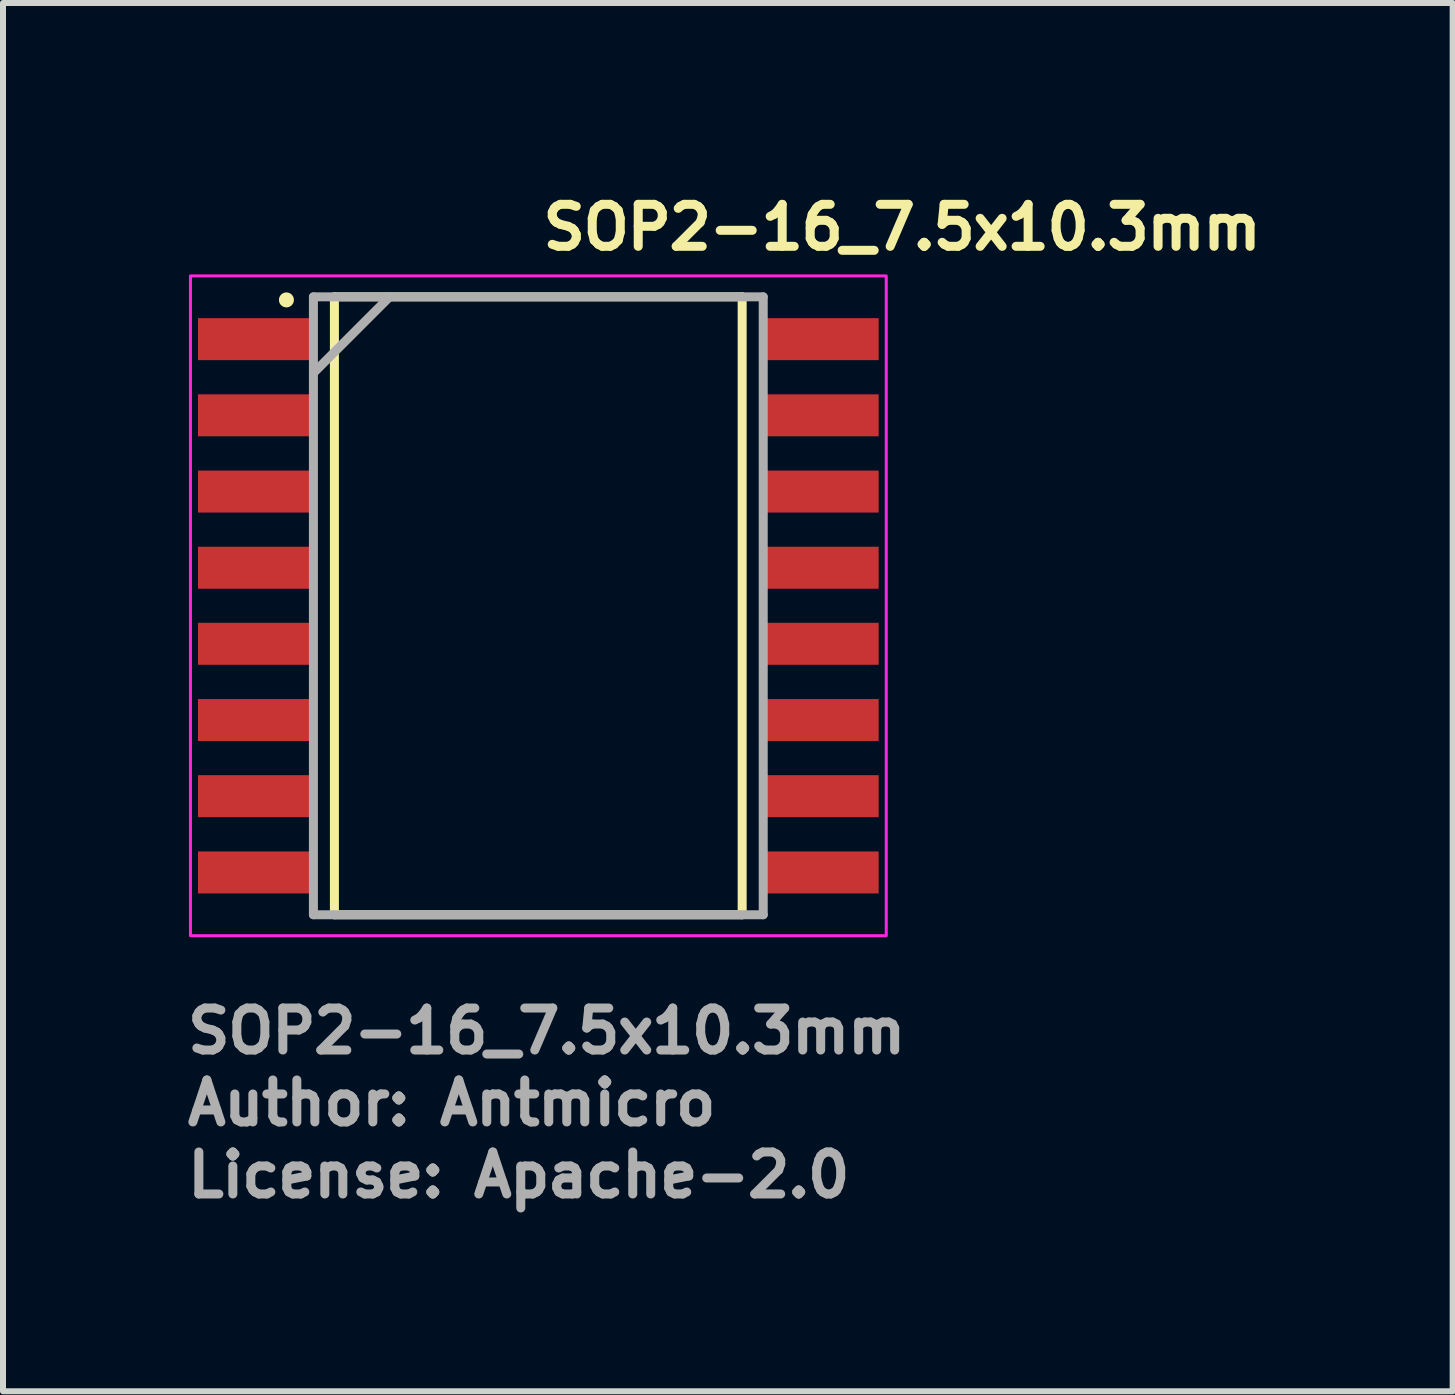
<source format=kicad_pcb>
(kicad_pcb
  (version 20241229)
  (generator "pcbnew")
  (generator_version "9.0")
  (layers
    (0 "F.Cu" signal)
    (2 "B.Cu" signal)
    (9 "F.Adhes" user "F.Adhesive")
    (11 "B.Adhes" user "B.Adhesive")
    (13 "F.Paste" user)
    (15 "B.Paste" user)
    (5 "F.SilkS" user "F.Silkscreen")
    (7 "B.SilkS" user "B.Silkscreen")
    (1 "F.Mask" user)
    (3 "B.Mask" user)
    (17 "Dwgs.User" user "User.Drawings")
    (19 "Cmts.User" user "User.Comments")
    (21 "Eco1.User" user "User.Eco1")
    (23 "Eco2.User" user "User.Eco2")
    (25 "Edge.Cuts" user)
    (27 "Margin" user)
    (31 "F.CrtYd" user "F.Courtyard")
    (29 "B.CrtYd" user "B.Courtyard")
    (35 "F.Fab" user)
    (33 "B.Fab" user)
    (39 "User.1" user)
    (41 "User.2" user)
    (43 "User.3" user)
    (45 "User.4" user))
  (footprint "SOP2-16_7.5x10.3mm"
    (layer "F.Cu")
    (at 5.925 7.05)
    (property "Reference" "SOP2-16_7.5x10.3mm" (at 0 -5.9 0) (layer "F.SilkS") (effects (font (size 0.7 0.7) (thickness 0.15)) (justify left bottom)))
    (attr smd)
    (fp_line (start -3.4 -5.151) (end 3.398 -5.151) (stroke (width 0.15) (type solid)) (layer "F.SilkS"))
    (fp_line (start -3.4 5.15) (end -3.4 -5.151) (stroke (width 0.15) (type solid)) (layer "F.SilkS"))
    (fp_line (start 3.398 -5.151) (end 3.398 5.15) (stroke (width 0.15) (type solid)) (layer "F.SilkS"))
    (fp_line (start 3.398 5.15) (end -3.4 5.15) (stroke (width 0.15) (type solid)) (layer "F.SilkS"))
    (fp_circle (center -4.2 -5.1) (end -4.15 -5.1) (stroke (width 0.15) (type solid)) (fill yes) (layer "F.SilkS"))
    (fp_rect (start -5.8 -5.5) (end 5.8 5.5) (stroke (width 0.05) (type solid)) (fill no) (layer "F.CrtYd"))
    (fp_line (start -3.75 -5.151) (end 3.749 -5.151) (stroke (width 0.15) (type solid)) (layer "F.Fab"))
    (fp_line (start -3.75 -3.88) (end -2.48 -5.151) (stroke (width 0.15) (type solid)) (layer "F.Fab"))
    (fp_line (start -3.75 5.15) (end -3.75 -5.151) (stroke (width 0.15) (type solid)) (layer "F.Fab"))
    (fp_line (start 3.749 -5.151) (end 3.749 5.15) (stroke (width 0.15) (type solid)) (layer "F.Fab"))
    (fp_line (start 3.749 5.15) (end -3.75 5.15) (stroke (width 0.15) (type solid)) (layer "F.Fab"))
    (fp_rect (start -5.164 -5.151) (end 5.161 5.15) (stroke (width 0.1) (type solid)) (fill no) (layer "User.5"))
    (fp_line (start -5.164 -4.656) (end -4.92 -4.656) (stroke (width 0.02) (type solid)) (layer "User.9"))
    (fp_line (start -5.164 -4.236) (end -5.164 -4.656) (stroke (width 0.02) (type solid)) (layer "User.9"))
    (fp_line (start -5.164 -4.236) (end -4.92 -4.236) (stroke (width 0.02) (type solid)) (layer "User.9"))
    (fp_line (start -5.164 -3.386) (end -4.92 -3.386) (stroke (width 0.02) (type solid)) (layer "User.9"))
    (fp_line (start -5.164 -2.965) (end -5.164 -3.386) (stroke (width 0.02) (type solid)) (layer "User.9"))
    (fp_line (start -5.164 -2.965) (end -4.92 -2.965) (stroke (width 0.02) (type solid)) (layer "User.9"))
    (fp_line (start -5.164 -2.117) (end -4.92 -2.117) (stroke (width 0.02) (type solid)) (layer "User.9"))
    (fp_line (start -5.164 -1.696) (end -5.164 -2.117) (stroke (width 0.02) (type solid)) (layer "User.9"))
    (fp_line (start -5.164 -1.696) (end -4.92 -1.696) (stroke (width 0.02) (type solid)) (layer "User.9"))
    (fp_line (start -5.164 -0.845) (end -4.92 -0.845) (stroke (width 0.02) (type solid)) (layer "User.9"))
    (fp_line (start -5.164 -0.425) (end -5.164 -0.845) (stroke (width 0.02) (type solid)) (layer "User.9"))
    (fp_line (start -5.164 -0.425) (end -4.92 -0.425) (stroke (width 0.02) (type solid)) (layer "User.9"))
    (fp_line (start -5.164 0.423) (end -4.92 0.423) (stroke (width 0.02) (type solid)) (layer "User.9"))
    (fp_line (start -5.164 0.843) (end -5.164 0.423) (stroke (width 0.02) (type solid)) (layer "User.9"))
    (fp_line (start -5.164 0.843) (end -4.92 0.843) (stroke (width 0.02) (type solid)) (layer "User.9"))
    (fp_line (start -5.164 1.695) (end -4.92 1.695) (stroke (width 0.02) (type solid)) (layer "User.9"))
    (fp_line (start -5.164 2.115) (end -5.164 1.695) (stroke (width 0.02) (type solid)) (layer "User.9"))
    (fp_line (start -5.164 2.115) (end -4.92 2.115) (stroke (width 0.02) (type solid)) (layer "User.9"))
    (fp_line (start -5.164 2.963) (end -4.92 2.963) (stroke (width 0.02) (type solid)) (layer "User.9"))
    (fp_line (start -5.164 3.383) (end -5.164 2.963) (stroke (width 0.02) (type solid)) (layer "User.9"))
    (fp_line (start -5.164 3.383) (end -4.92 3.383) (stroke (width 0.02) (type solid)) (layer "User.9"))
    (fp_line (start -5.164 4.235) (end -4.92 4.235) (stroke (width 0.02) (type solid)) (layer "User.9"))
    (fp_line (start -5.164 4.655) (end -5.164 4.235) (stroke (width 0.02) (type solid)) (layer "User.9"))
    (fp_line (start -5.164 4.655) (end -4.92 4.655) (stroke (width 0.02) (type solid)) (layer "User.9"))
    (fp_line (start -4.92 -4.656) (end -4.835 -4.656) (stroke (width 0.02) (type solid)) (layer "User.9"))
    (fp_line (start -4.92 -4.236) (end -4.835 -4.236) (stroke (width 0.02) (type solid)) (layer "User.9"))
    (fp_line (start -4.92 -3.386) (end -4.835 -3.386) (stroke (width 0.02) (type solid)) (layer "User.9"))
    (fp_line (start -4.92 -2.965) (end -4.835 -2.965) (stroke (width 0.02) (type solid)) (layer "User.9"))
    (fp_line (start -4.92 -2.117) (end -4.835 -2.117) (stroke (width 0.02) (type solid)) (layer "User.9"))
    (fp_line (start -4.92 -1.696) (end -4.835 -1.696) (stroke (width 0.02) (type solid)) (layer "User.9"))
    (fp_line (start -4.92 -0.845) (end -4.835 -0.845) (stroke (width 0.02) (type solid)) (layer "User.9"))
    (fp_line (start -4.92 -0.425) (end -4.835 -0.425) (stroke (width 0.02) (type solid)) (layer "User.9"))
    (fp_line (start -4.92 0.423) (end -4.835 0.423) (stroke (width 0.02) (type solid)) (layer "User.9"))
    (fp_line (start -4.92 0.843) (end -4.835 0.843) (stroke (width 0.02) (type solid)) (layer "User.9"))
    (fp_line (start -4.92 1.695) (end -4.835 1.695) (stroke (width 0.02) (type solid)) (layer "User.9"))
    (fp_line (start -4.92 2.115) (end -4.835 2.115) (stroke (width 0.02) (type solid)) (layer "User.9"))
    (fp_line (start -4.92 2.963) (end -4.835 2.963) (stroke (width 0.02) (type solid)) (layer "User.9"))
    (fp_line (start -4.92 3.383) (end -4.835 3.383) (stroke (width 0.02) (type solid)) (layer "User.9"))
    (fp_line (start -4.92 4.235) (end -4.835 4.235) (stroke (width 0.02) (type solid)) (layer "User.9"))
    (fp_line (start -4.92 4.655) (end -4.835 4.655) (stroke (width 0.02) (type solid)) (layer "User.9"))
    (fp_line (start -4.835 -4.656) (end -3.95 -4.656) (stroke (width 0.02) (type solid)) (layer "User.9"))
    (fp_line (start -4.835 -4.236) (end -3.95 -4.236) (stroke (width 0.02) (type solid)) (layer "User.9"))
    (fp_line (start -4.835 -3.386) (end -3.95 -3.386) (stroke (width 0.02) (type solid)) (layer "User.9"))
    (fp_line (start -4.835 -2.965) (end -3.95 -2.965) (stroke (width 0.02) (type solid)) (layer "User.9"))
    (fp_line (start -4.835 -2.117) (end -3.95 -2.117) (stroke (width 0.02) (type solid)) (layer "User.9"))
    (fp_line (start -4.835 -1.696) (end -3.95 -1.696) (stroke (width 0.02) (type solid)) (layer "User.9"))
    (fp_line (start -4.835 -0.845) (end -3.95 -0.845) (stroke (width 0.02) (type solid)) (layer "User.9"))
    (fp_line (start -4.835 -0.425) (end -3.95 -0.425) (stroke (width 0.02) (type solid)) (layer "User.9"))
    (fp_line (start -4.835 0.423) (end -3.95 0.423) (stroke (width 0.02) (type solid)) (layer "User.9"))
    (fp_line (start -4.835 0.843) (end -3.95 0.843) (stroke (width 0.02) (type solid)) (layer "User.9"))
    (fp_line (start -4.835 1.695) (end -3.95 1.695) (stroke (width 0.02) (type solid)) (layer "User.9"))
    (fp_line (start -4.835 2.115) (end -3.95 2.115) (stroke (width 0.02) (type solid)) (layer "User.9"))
    (fp_line (start -4.835 2.963) (end -3.95 2.963) (stroke (width 0.02) (type solid)) (layer "User.9"))
    (fp_line (start -4.835 3.383) (end -3.95 3.383) (stroke (width 0.02) (type solid)) (layer "User.9"))
    (fp_line (start -4.835 4.235) (end -3.95 4.235) (stroke (width 0.02) (type solid)) (layer "User.9"))
    (fp_line (start -4.835 4.655) (end -3.95 4.655) (stroke (width 0.02) (type solid)) (layer "User.9"))
    (fp_line (start -3.95 -4.656) (end -3.866 -4.656) (stroke (width 0.02) (type solid)) (layer "User.9"))
    (fp_line (start -3.95 -4.236) (end -3.866 -4.236) (stroke (width 0.02) (type solid)) (layer "User.9"))
    (fp_line (start -3.95 -3.386) (end -3.866 -3.386) (stroke (width 0.02) (type solid)) (layer "User.9"))
    (fp_line (start -3.95 -2.965) (end -3.866 -2.965) (stroke (width 0.02) (type solid)) (layer "User.9"))
    (fp_line (start -3.95 -2.117) (end -3.866 -2.117) (stroke (width 0.02) (type solid)) (layer "User.9"))
    (fp_line (start -3.95 -1.696) (end -3.866 -1.696) (stroke (width 0.02) (type solid)) (layer "User.9"))
    (fp_line (start -3.95 -0.845) (end -3.866 -0.845) (stroke (width 0.02) (type solid)) (layer "User.9"))
    (fp_line (start -3.95 -0.425) (end -3.866 -0.425) (stroke (width 0.02) (type solid)) (layer "User.9"))
    (fp_line (start -3.95 0.423) (end -3.866 0.423) (stroke (width 0.02) (type solid)) (layer "User.9"))
    (fp_line (start -3.95 0.843) (end -3.866 0.843) (stroke (width 0.02) (type solid)) (layer "User.9"))
    (fp_line (start -3.95 1.695) (end -3.866 1.695) (stroke (width 0.02) (type solid)) (layer "User.9"))
    (fp_line (start -3.95 2.115) (end -3.866 2.115) (stroke (width 0.02) (type solid)) (layer "User.9"))
    (fp_line (start -3.95 2.963) (end -3.866 2.963) (stroke (width 0.02) (type solid)) (layer "User.9"))
    (fp_line (start -3.95 3.383) (end -3.866 3.383) (stroke (width 0.02) (type solid)) (layer "User.9"))
    (fp_line (start -3.95 4.235) (end -3.866 4.235) (stroke (width 0.02) (type solid)) (layer "User.9"))
    (fp_line (start -3.95 4.655) (end -3.866 4.655) (stroke (width 0.02) (type solid)) (layer "User.9"))
    (fp_line (start -3.866 -4.656) (end -3.75 -4.656) (stroke (width 0.02) (type solid)) (layer "User.9"))
    (fp_line (start -3.866 -4.236) (end -3.75 -4.236) (stroke (width 0.02) (type solid)) (layer "User.9"))
    (fp_line (start -3.866 -3.386) (end -3.75 -3.386) (stroke (width 0.02) (type solid)) (layer "User.9"))
    (fp_line (start -3.866 -2.965) (end -3.75 -2.965) (stroke (width 0.02) (type solid)) (layer "User.9"))
    (fp_line (start -3.866 -2.117) (end -3.75 -2.117) (stroke (width 0.02) (type solid)) (layer "User.9"))
    (fp_line (start -3.866 -1.696) (end -3.75 -1.696) (stroke (width 0.02) (type solid)) (layer "User.9"))
    (fp_line (start -3.866 -0.845) (end -3.75 -0.845) (stroke (width 0.02) (type solid)) (layer "User.9"))
    (fp_line (start -3.866 -0.425) (end -3.75 -0.425) (stroke (width 0.02) (type solid)) (layer "User.9"))
    (fp_line (start -3.866 0.423) (end -3.75 0.423) (stroke (width 0.02) (type solid)) (layer "User.9"))
    (fp_line (start -3.866 0.843) (end -3.75 0.843) (stroke (width 0.02) (type solid)) (layer "User.9"))
    (fp_line (start -3.866 1.695) (end -3.75 1.695) (stroke (width 0.02) (type solid)) (layer "User.9"))
    (fp_line (start -3.866 2.115) (end -3.75 2.115) (stroke (width 0.02) (type solid)) (layer "User.9"))
    (fp_line (start -3.866 2.963) (end -3.75 2.963) (stroke (width 0.02) (type solid)) (layer "User.9"))
    (fp_line (start -3.866 3.383) (end -3.75 3.383) (stroke (width 0.02) (type solid)) (layer "User.9"))
    (fp_line (start -3.866 4.235) (end -3.75 4.235) (stroke (width 0.02) (type solid)) (layer "User.9"))
    (fp_line (start -3.866 4.655) (end -3.75 4.655) (stroke (width 0.02) (type solid)) (layer "User.9"))
    (fp_line (start -3.75 -5.151) (end -3.576 -4.976) (stroke (width 0.02) (type solid)) (layer "User.9"))
    (fp_line (start -3.75 -5.151) (end 3.749 -5.151) (stroke (width 0.02) (type solid)) (layer "User.9"))
    (fp_line (start -3.75 -4.236) (end -3.75 -4.656) (stroke (width 0.02) (type solid)) (layer "User.9"))
    (fp_line (start -3.75 -2.965) (end -3.75 -3.386) (stroke (width 0.02) (type solid)) (layer "User.9"))
    (fp_line (start -3.75 -1.696) (end -3.75 -2.117) (stroke (width 0.02) (type solid)) (layer "User.9"))
    (fp_line (start -3.75 -0.425) (end -3.75 -0.845) (stroke (width 0.02) (type solid)) (layer "User.9"))
    (fp_line (start -3.75 0.843) (end -3.75 0.423) (stroke (width 0.02) (type solid)) (layer "User.9"))
    (fp_line (start -3.75 2.115) (end -3.75 1.695) (stroke (width 0.02) (type solid)) (layer "User.9"))
    (fp_line (start -3.75 3.383) (end -3.75 2.963) (stroke (width 0.02) (type solid)) (layer "User.9"))
    (fp_line (start -3.75 4.655) (end -3.75 4.235) (stroke (width 0.02) (type solid)) (layer "User.9"))
    (fp_line (start -3.75 5.15) (end -3.75 -5.151) (stroke (width 0.02) (type solid)) (layer "User.9"))
    (fp_line (start -3.75 5.15) (end -3.576 4.974) (stroke (width 0.02) (type solid)) (layer "User.9"))
    (fp_line (start -3.75 5.15) (end 3.749 5.15) (stroke (width 0.02) (type solid)) (layer "User.9"))
    (fp_line (start -3.576 -4.976) (end -3.487 -4.887) (stroke (width 0.02) (type solid)) (layer "User.9"))
    (fp_line (start -3.576 4.974) (end -3.487 4.884) (stroke (width 0.02) (type solid)) (layer "User.9"))
    (fp_line (start -3.004 -3.96) (end -3.004 -3.935) (stroke (width 0.02) (type solid)) (layer "User.9"))
    (fp_line (start -3.004 -3.935) (end -3.004 -3.935) (stroke (width 0.02) (type solid)) (layer "User.9"))
    (fp_line (start -3.004 -3.935) (end -3.004 -3.911) (stroke (width 0.02) (type solid)) (layer "User.9"))
    (fp_line (start -3.004 -3.911) (end -3.003 -3.888) (stroke (width 0.02) (type solid)) (layer "User.9"))
    (fp_line (start -3.003 -3.984) (end -3.004 -3.96) (stroke (width 0.02) (type solid)) (layer "User.9"))
    (fp_line (start -3.003 -3.888) (end -3 -3.864) (stroke (width 0.02) (type solid)) (layer "User.9"))
    (fp_line (start -3 -4.007) (end -3.003 -3.984) (stroke (width 0.02) (type solid)) (layer "User.9"))
    (fp_line (start -3 -3.864) (end -2.996 -3.842) (stroke (width 0.02) (type solid)) (layer "User.9"))
    (fp_line (start -2.996 -4.031) (end -3 -4.007) (stroke (width 0.02) (type solid)) (layer "User.9"))
    (fp_line (start -2.996 -3.842) (end -2.989 -3.818) (stroke (width 0.02) (type solid)) (layer "User.9"))
    (fp_line (start -2.989 -4.053) (end -2.996 -4.031) (stroke (width 0.02) (type solid)) (layer "User.9"))
    (fp_line (start -2.989 -3.818) (end -2.984 -3.797) (stroke (width 0.02) (type solid)) (layer "User.9"))
    (fp_line (start -2.984 -4.076) (end -2.989 -4.053) (stroke (width 0.02) (type solid)) (layer "User.9"))
    (fp_line (start -2.984 -3.797) (end -2.976 -3.774) (stroke (width 0.02) (type solid)) (layer "User.9"))
    (fp_line (start -2.976 -4.098) (end -2.984 -4.076) (stroke (width 0.02) (type solid)) (layer "User.9"))
    (fp_line (start -2.976 -3.774) (end -2.968 -3.754) (stroke (width 0.02) (type solid)) (layer "User.9"))
    (fp_line (start -2.968 -4.119) (end -2.976 -4.098) (stroke (width 0.02) (type solid)) (layer "User.9"))
    (fp_line (start -2.968 -3.754) (end -2.959 -3.733) (stroke (width 0.02) (type solid)) (layer "User.9"))
    (fp_line (start -2.959 -4.14) (end -2.968 -4.119) (stroke (width 0.02) (type solid)) (layer "User.9"))
    (fp_line (start -2.959 -3.733) (end -2.948 -3.713) (stroke (width 0.02) (type solid)) (layer "User.9"))
    (fp_line (start -2.948 -4.159) (end -2.959 -4.14) (stroke (width 0.02) (type solid)) (layer "User.9"))
    (fp_line (start -2.948 -3.713) (end -2.936 -3.693) (stroke (width 0.02) (type solid)) (layer "User.9"))
    (fp_line (start -2.936 -4.18) (end -2.948 -4.159) (stroke (width 0.02) (type solid)) (layer "User.9"))
    (fp_line (start -2.936 -3.693) (end -2.924 -3.673) (stroke (width 0.02) (type solid)) (layer "User.9"))
    (fp_line (start -2.924 -4.199) (end -2.936 -4.18) (stroke (width 0.02) (type solid)) (layer "User.9"))
    (fp_line (start -2.924 -3.673) (end -2.911 -3.656) (stroke (width 0.02) (type solid)) (layer "User.9"))
    (fp_line (start -2.911 -4.217) (end -2.924 -4.199) (stroke (width 0.02) (type solid)) (layer "User.9"))
    (fp_line (start -2.911 -3.656) (end -2.898 -3.637) (stroke (width 0.02) (type solid)) (layer "User.9"))
    (fp_line (start -2.898 -4.234) (end -2.911 -4.217) (stroke (width 0.02) (type solid)) (layer "User.9"))
    (fp_line (start -2.898 -3.637) (end -2.883 -3.621) (stroke (width 0.02) (type solid)) (layer "User.9"))
    (fp_line (start -2.883 -4.252) (end -2.898 -4.234) (stroke (width 0.02) (type solid)) (layer "User.9"))
    (fp_line (start -2.883 -3.621) (end -2.867 -3.605) (stroke (width 0.02) (type solid)) (layer "User.9"))
    (fp_line (start -2.867 -4.268) (end -2.883 -4.252) (stroke (width 0.02) (type solid)) (layer "User.9"))
    (fp_line (start -2.867 -3.605) (end -2.851 -3.589) (stroke (width 0.02) (type solid)) (layer "User.9"))
    (fp_line (start -2.851 -4.282) (end -2.867 -4.268) (stroke (width 0.02) (type solid)) (layer "User.9"))
    (fp_line (start -2.851 -3.589) (end -2.835 -3.575) (stroke (width 0.02) (type solid)) (layer "User.9"))
    (fp_line (start -2.835 -4.297) (end -2.851 -4.282) (stroke (width 0.02) (type solid)) (layer "User.9"))
    (fp_line (start -2.835 -3.575) (end -2.816 -3.56) (stroke (width 0.02) (type solid)) (layer "User.9"))
    (fp_line (start -2.816 -4.311) (end -2.835 -4.297) (stroke (width 0.02) (type solid)) (layer "User.9"))
    (fp_line (start -2.816 -3.56) (end -2.798 -3.548) (stroke (width 0.02) (type solid)) (layer "User.9"))
    (fp_line (start -2.798 -4.324) (end -2.816 -4.311) (stroke (width 0.02) (type solid)) (layer "User.9"))
    (fp_line (start -2.798 -3.548) (end -2.779 -3.536) (stroke (width 0.02) (type solid)) (layer "User.9"))
    (fp_line (start -2.779 -4.337) (end -2.798 -4.324) (stroke (width 0.02) (type solid)) (layer "User.9"))
    (fp_line (start -2.779 -3.536) (end -2.759 -3.524) (stroke (width 0.02) (type solid)) (layer "User.9"))
    (fp_line (start -2.759 -4.348) (end -2.779 -4.337) (stroke (width 0.02) (type solid)) (layer "User.9"))
    (fp_line (start -2.759 -3.524) (end -2.739 -3.513) (stroke (width 0.02) (type solid)) (layer "User.9"))
    (fp_line (start -2.739 -4.358) (end -2.759 -4.348) (stroke (width 0.02) (type solid)) (layer "User.9"))
    (fp_line (start -2.739 -3.513) (end -2.718 -3.504) (stroke (width 0.02) (type solid)) (layer "User.9"))
    (fp_line (start -2.718 -4.367) (end -2.739 -4.358) (stroke (width 0.02) (type solid)) (layer "User.9"))
    (fp_line (start -2.718 -3.504) (end -2.698 -3.496) (stroke (width 0.02) (type solid)) (layer "User.9"))
    (fp_line (start -2.698 -4.377) (end -2.718 -4.367) (stroke (width 0.02) (type solid)) (layer "User.9"))
    (fp_line (start -2.698 -3.496) (end -2.676 -3.488) (stroke (width 0.02) (type solid)) (layer "User.9"))
    (fp_line (start -2.676 -4.383) (end -2.698 -4.377) (stroke (width 0.02) (type solid)) (layer "User.9"))
    (fp_line (start -2.676 -3.488) (end -2.653 -3.483) (stroke (width 0.02) (type solid)) (layer "User.9"))
    (fp_line (start -2.653 -4.39) (end -2.676 -4.383) (stroke (width 0.02) (type solid)) (layer "User.9"))
    (fp_line (start -2.653 -3.483) (end -2.63 -3.476) (stroke (width 0.02) (type solid)) (layer "User.9"))
    (fp_line (start -2.63 -4.396) (end -2.653 -4.39) (stroke (width 0.02) (type solid)) (layer "User.9"))
    (fp_line (start -2.63 -3.476) (end -2.608 -3.472) (stroke (width 0.02) (type solid)) (layer "User.9"))
    (fp_line (start -2.608 -4.399) (end -2.63 -4.396) (stroke (width 0.02) (type solid)) (layer "User.9"))
    (fp_line (start -2.608 -3.472) (end -2.584 -3.469) (stroke (width 0.02) (type solid)) (layer "User.9"))
    (fp_line (start -2.584 -4.403) (end -2.608 -4.399) (stroke (width 0.02) (type solid)) (layer "User.9"))
    (fp_line (start -2.584 -3.469) (end -2.56 -3.468) (stroke (width 0.02) (type solid)) (layer "User.9"))
    (fp_line (start -2.56 -4.404) (end -2.584 -4.403) (stroke (width 0.02) (type solid)) (layer "User.9"))
    (fp_line (start -2.56 -3.468) (end -2.536 -3.468) (stroke (width 0.02) (type solid)) (layer "User.9"))
    (fp_line (start -2.536 -4.404) (end -2.56 -4.404) (stroke (width 0.02) (type solid)) (layer "User.9"))
    (fp_line (start -2.536 -4.404) (end -2.536 -4.404) (stroke (width 0.02) (type solid)) (layer "User.9"))
    (fp_line (start -2.536 -3.468) (end -2.536 -3.468) (stroke (width 0.02) (type solid)) (layer "User.9"))
    (fp_line (start -2.536 -3.468) (end -2.512 -3.468) (stroke (width 0.02) (type solid)) (layer "User.9"))
    (fp_line (start -2.512 -4.404) (end -2.536 -4.404) (stroke (width 0.02) (type solid)) (layer "User.9"))
    (fp_line (start -2.512 -3.468) (end -2.488 -3.469) (stroke (width 0.02) (type solid)) (layer "User.9"))
    (fp_line (start -2.488 -4.403) (end -2.512 -4.404) (stroke (width 0.02) (type solid)) (layer "User.9"))
    (fp_line (start -2.488 -3.469) (end -2.464 -3.472) (stroke (width 0.02) (type solid)) (layer "User.9"))
    (fp_line (start -2.464 -4.399) (end -2.488 -4.403) (stroke (width 0.02) (type solid)) (layer "User.9"))
    (fp_line (start -2.464 -3.472) (end -2.441 -3.476) (stroke (width 0.02) (type solid)) (layer "User.9"))
    (fp_line (start -2.441 -4.396) (end -2.464 -4.399) (stroke (width 0.02) (type solid)) (layer "User.9"))
    (fp_line (start -2.441 -3.476) (end -2.419 -3.483) (stroke (width 0.02) (type solid)) (layer "User.9"))
    (fp_line (start -2.419 -4.39) (end -2.441 -4.396) (stroke (width 0.02) (type solid)) (layer "User.9"))
    (fp_line (start -2.419 -3.483) (end -2.396 -3.488) (stroke (width 0.02) (type solid)) (layer "User.9"))
    (fp_line (start -2.396 -4.383) (end -2.419 -4.39) (stroke (width 0.02) (type solid)) (layer "User.9"))
    (fp_line (start -2.396 -3.488) (end -2.375 -3.496) (stroke (width 0.02) (type solid)) (layer "User.9"))
    (fp_line (start -2.375 -4.377) (end -2.396 -4.383) (stroke (width 0.02) (type solid)) (layer "User.9"))
    (fp_line (start -2.375 -3.496) (end -2.354 -3.504) (stroke (width 0.02) (type solid)) (layer "User.9"))
    (fp_line (start -2.354 -4.367) (end -2.375 -4.377) (stroke (width 0.02) (type solid)) (layer "User.9"))
    (fp_line (start -2.354 -3.504) (end -2.332 -3.513) (stroke (width 0.02) (type solid)) (layer "User.9"))
    (fp_line (start -2.332 -4.358) (end -2.354 -4.367) (stroke (width 0.02) (type solid)) (layer "User.9"))
    (fp_line (start -2.332 -3.513) (end -2.312 -3.524) (stroke (width 0.02) (type solid)) (layer "User.9"))
    (fp_line (start -2.312 -4.348) (end -2.332 -4.358) (stroke (width 0.02) (type solid)) (layer "User.9"))
    (fp_line (start -2.312 -3.524) (end -2.293 -3.536) (stroke (width 0.02) (type solid)) (layer "User.9"))
    (fp_line (start -2.293 -4.337) (end -2.312 -4.348) (stroke (width 0.02) (type solid)) (layer "User.9"))
    (fp_line (start -2.293 -3.536) (end -2.274 -3.548) (stroke (width 0.02) (type solid)) (layer "User.9"))
    (fp_line (start -2.274 -4.324) (end -2.293 -4.337) (stroke (width 0.02) (type solid)) (layer "User.9"))
    (fp_line (start -2.274 -3.548) (end -2.255 -3.56) (stroke (width 0.02) (type solid)) (layer "User.9"))
    (fp_line (start -2.255 -4.311) (end -2.274 -4.324) (stroke (width 0.02) (type solid)) (layer "User.9"))
    (fp_line (start -2.255 -3.56) (end -2.238 -3.575) (stroke (width 0.02) (type solid)) (layer "User.9"))
    (fp_line (start -2.238 -4.297) (end -2.255 -4.311) (stroke (width 0.02) (type solid)) (layer "User.9"))
    (fp_line (start -2.238 -3.575) (end -2.221 -3.589) (stroke (width 0.02) (type solid)) (layer "User.9"))
    (fp_line (start -2.221 -4.282) (end -2.238 -4.297) (stroke (width 0.02) (type solid)) (layer "User.9"))
    (fp_line (start -2.221 -3.589) (end -2.205 -3.605) (stroke (width 0.02) (type solid)) (layer "User.9"))
    (fp_line (start -2.205 -4.268) (end -2.221 -4.282) (stroke (width 0.02) (type solid)) (layer "User.9"))
    (fp_line (start -2.205 -3.605) (end -2.19 -3.621) (stroke (width 0.02) (type solid)) (layer "User.9"))
    (fp_line (start -2.19 -4.252) (end -2.205 -4.268) (stroke (width 0.02) (type solid)) (layer "User.9"))
    (fp_line (start -2.19 -3.621) (end -2.174 -3.637) (stroke (width 0.02) (type solid)) (layer "User.9"))
    (fp_line (start -2.174 -4.234) (end -2.19 -4.252) (stroke (width 0.02) (type solid)) (layer "User.9"))
    (fp_line (start -2.174 -3.637) (end -2.161 -3.656) (stroke (width 0.02) (type solid)) (layer "User.9"))
    (fp_line (start -2.161 -4.217) (end -2.174 -4.234) (stroke (width 0.02) (type solid)) (layer "User.9"))
    (fp_line (start -2.161 -3.656) (end -2.148 -3.673) (stroke (width 0.02) (type solid)) (layer "User.9"))
    (fp_line (start -2.148 -4.199) (end -2.161 -4.217) (stroke (width 0.02) (type solid)) (layer "User.9"))
    (fp_line (start -2.148 -3.673) (end -2.136 -3.693) (stroke (width 0.02) (type solid)) (layer "User.9"))
    (fp_line (start -2.136 -4.18) (end -2.148 -4.199) (stroke (width 0.02) (type solid)) (layer "User.9"))
    (fp_line (start -2.136 -3.693) (end -2.124 -3.713) (stroke (width 0.02) (type solid)) (layer "User.9"))
    (fp_line (start -2.124 -4.159) (end -2.136 -4.18) (stroke (width 0.02) (type solid)) (layer "User.9"))
    (fp_line (start -2.124 -3.713) (end -2.113 -3.733) (stroke (width 0.02) (type solid)) (layer "User.9"))
    (fp_line (start -2.113 -4.14) (end -2.124 -4.159) (stroke (width 0.02) (type solid)) (layer "User.9"))
    (fp_line (start -2.113 -3.733) (end -2.105 -3.754) (stroke (width 0.02) (type solid)) (layer "User.9"))
    (fp_line (start -2.105 -4.119) (end -2.113 -4.14) (stroke (width 0.02) (type solid)) (layer "User.9"))
    (fp_line (start -2.105 -3.754) (end -2.096 -3.774) (stroke (width 0.02) (type solid)) (layer "User.9"))
    (fp_line (start -2.096 -4.098) (end -2.105 -4.119) (stroke (width 0.02) (type solid)) (layer "User.9"))
    (fp_line (start -2.096 -3.774) (end -2.089 -3.797) (stroke (width 0.02) (type solid)) (layer "User.9"))
    (fp_line (start -2.089 -4.076) (end -2.096 -4.098) (stroke (width 0.02) (type solid)) (layer "User.9"))
    (fp_line (start -2.089 -3.797) (end -2.082 -3.818) (stroke (width 0.02) (type solid)) (layer "User.9"))
    (fp_line (start -2.082 -4.053) (end -2.089 -4.076) (stroke (width 0.02) (type solid)) (layer "User.9"))
    (fp_line (start -2.082 -3.818) (end -2.077 -3.842) (stroke (width 0.02) (type solid)) (layer "User.9"))
    (fp_line (start -2.077 -4.031) (end -2.082 -4.053) (stroke (width 0.02) (type solid)) (layer "User.9"))
    (fp_line (start -2.077 -3.842) (end -2.073 -3.864) (stroke (width 0.02) (type solid)) (layer "User.9"))
    (fp_line (start -2.073 -4.007) (end -2.077 -4.031) (stroke (width 0.02) (type solid)) (layer "User.9"))
    (fp_line (start -2.073 -3.864) (end -2.069 -3.888) (stroke (width 0.02) (type solid)) (layer "User.9"))
    (fp_line (start -2.069 -3.984) (end -2.073 -4.007) (stroke (width 0.02) (type solid)) (layer "User.9"))
    (fp_line (start -2.069 -3.888) (end -2.068 -3.911) (stroke (width 0.02) (type solid)) (layer "User.9"))
    (fp_line (start -2.068 -3.96) (end -2.069 -3.984) (stroke (width 0.02) (type solid)) (layer "User.9"))
    (fp_line (start -2.068 -3.935) (end -2.068 -3.96) (stroke (width 0.02) (type solid)) (layer "User.9"))
    (fp_line (start -2.068 -3.935) (end -2.068 -3.935) (stroke (width 0.02) (type solid)) (layer "User.9"))
    (fp_line (start -2.068 -3.935) (end -2.068 -3.935) (stroke (width 0.02) (type solid)) (layer "User.9"))
    (fp_line (start -2.068 -3.911) (end -2.068 -3.935) (stroke (width 0.02) (type solid)) (layer "User.9"))
    (fp_line (start 3.484 -4.887) (end 3.574 -4.976) (stroke (width 0.02) (type solid)) (layer "User.9"))
    (fp_line (start 3.574 4.974) (end 3.484 4.884) (stroke (width 0.02) (type solid)) (layer "User.9"))
    (fp_line (start 3.749 -5.151) (end 3.574 -4.976) (stroke (width 0.02) (type solid)) (layer "User.9"))
    (fp_line (start 3.749 -4.656) (end 3.863 -4.656) (stroke (width 0.02) (type solid)) (layer "User.9"))
    (fp_line (start 3.749 -4.236) (end 3.749 -4.656) (stroke (width 0.02) (type solid)) (layer "User.9"))
    (fp_line (start 3.749 -4.236) (end 3.863 -4.236) (stroke (width 0.02) (type solid)) (layer "User.9"))
    (fp_line (start 3.749 -3.386) (end 3.863 -3.386) (stroke (width 0.02) (type solid)) (layer "User.9"))
    (fp_line (start 3.749 -2.965) (end 3.749 -3.386) (stroke (width 0.02) (type solid)) (layer "User.9"))
    (fp_line (start 3.749 -2.965) (end 3.863 -2.965) (stroke (width 0.02) (type solid)) (layer "User.9"))
    (fp_line (start 3.749 -2.117) (end 3.863 -2.117) (stroke (width 0.02) (type solid)) (layer "User.9"))
    (fp_line (start 3.749 -1.696) (end 3.749 -2.117) (stroke (width 0.02) (type solid)) (layer "User.9"))
    (fp_line (start 3.749 -1.696) (end 3.863 -1.696) (stroke (width 0.02) (type solid)) (layer "User.9"))
    (fp_line (start 3.749 -0.845) (end 3.863 -0.845) (stroke (width 0.02) (type solid)) (layer "User.9"))
    (fp_line (start 3.749 -0.425) (end 3.749 -0.845) (stroke (width 0.02) (type solid)) (layer "User.9"))
    (fp_line (start 3.749 -0.425) (end 3.863 -0.425) (stroke (width 0.02) (type solid)) (layer "User.9"))
    (fp_line (start 3.749 0.423) (end 3.863 0.423) (stroke (width 0.02) (type solid)) (layer "User.9"))
    (fp_line (start 3.749 0.843) (end 3.749 0.423) (stroke (width 0.02) (type solid)) (layer "User.9"))
    (fp_line (start 3.749 0.843) (end 3.863 0.843) (stroke (width 0.02) (type solid)) (layer "User.9"))
    (fp_line (start 3.749 1.695) (end 3.863 1.695) (stroke (width 0.02) (type solid)) (layer "User.9"))
    (fp_line (start 3.749 2.115) (end 3.749 1.695) (stroke (width 0.02) (type solid)) (layer "User.9"))
    (fp_line (start 3.749 2.115) (end 3.863 2.115) (stroke (width 0.02) (type solid)) (layer "User.9"))
    (fp_line (start 3.749 2.963) (end 3.863 2.963) (stroke (width 0.02) (type solid)) (layer "User.9"))
    (fp_line (start 3.749 3.383) (end 3.749 2.963) (stroke (width 0.02) (type solid)) (layer "User.9"))
    (fp_line (start 3.749 3.383) (end 3.863 3.383) (stroke (width 0.02) (type solid)) (layer "User.9"))
    (fp_line (start 3.749 4.235) (end 3.863 4.235) (stroke (width 0.02) (type solid)) (layer "User.9"))
    (fp_line (start 3.749 4.655) (end 3.749 4.235) (stroke (width 0.02) (type solid)) (layer "User.9"))
    (fp_line (start 3.749 4.655) (end 3.863 4.655) (stroke (width 0.02) (type solid)) (layer "User.9"))
    (fp_line (start 3.749 5.15) (end 3.574 4.974) (stroke (width 0.02) (type solid)) (layer "User.9"))
    (fp_line (start 3.749 5.15) (end 3.749 -5.151) (stroke (width 0.02) (type solid)) (layer "User.9"))
    (fp_line (start 3.947 -4.656) (end 3.863 -4.656) (stroke (width 0.02) (type solid)) (layer "User.9"))
    (fp_line (start 3.947 -4.236) (end 3.863 -4.236) (stroke (width 0.02) (type solid)) (layer "User.9"))
    (fp_line (start 3.947 -3.386) (end 3.863 -3.386) (stroke (width 0.02) (type solid)) (layer "User.9"))
    (fp_line (start 3.947 -2.965) (end 3.863 -2.965) (stroke (width 0.02) (type solid)) (layer "User.9"))
    (fp_line (start 3.947 -2.117) (end 3.863 -2.117) (stroke (width 0.02) (type solid)) (layer "User.9"))
    (fp_line (start 3.947 -1.696) (end 3.863 -1.696) (stroke (width 0.02) (type solid)) (layer "User.9"))
    (fp_line (start 3.947 -0.845) (end 3.863 -0.845) (stroke (width 0.02) (type solid)) (layer "User.9"))
    (fp_line (start 3.947 -0.425) (end 3.863 -0.425) (stroke (width 0.02) (type solid)) (layer "User.9"))
    (fp_line (start 3.947 0.423) (end 3.863 0.423) (stroke (width 0.02) (type solid)) (layer "User.9"))
    (fp_line (start 3.947 0.843) (end 3.863 0.843) (stroke (width 0.02) (type solid)) (layer "User.9"))
    (fp_line (start 3.947 1.695) (end 3.863 1.695) (stroke (width 0.02) (type solid)) (layer "User.9"))
    (fp_line (start 3.947 2.115) (end 3.863 2.115) (stroke (width 0.02) (type solid)) (layer "User.9"))
    (fp_line (start 3.947 2.963) (end 3.863 2.963) (stroke (width 0.02) (type solid)) (layer "User.9"))
    (fp_line (start 3.947 3.383) (end 3.863 3.383) (stroke (width 0.02) (type solid)) (layer "User.9"))
    (fp_line (start 3.947 4.235) (end 3.863 4.235) (stroke (width 0.02) (type solid)) (layer "User.9"))
    (fp_line (start 3.947 4.655) (end 3.863 4.655) (stroke (width 0.02) (type solid)) (layer "User.9"))
    (fp_line (start 4.834 -4.656) (end 3.947 -4.656) (stroke (width 0.02) (type solid)) (layer "User.9"))
    (fp_line (start 4.834 -4.236) (end 3.947 -4.236) (stroke (width 0.02) (type solid)) (layer "User.9"))
    (fp_line (start 4.834 -3.386) (end 3.947 -3.386) (stroke (width 0.02) (type solid)) (layer "User.9"))
    (fp_line (start 4.834 -2.965) (end 3.947 -2.965) (stroke (width 0.02) (type solid)) (layer "User.9"))
    (fp_line (start 4.834 -2.117) (end 3.947 -2.117) (stroke (width 0.02) (type solid)) (layer "User.9"))
    (fp_line (start 4.834 -1.696) (end 3.947 -1.696) (stroke (width 0.02) (type solid)) (layer "User.9"))
    (fp_line (start 4.834 -0.845) (end 3.947 -0.845) (stroke (width 0.02) (type solid)) (layer "User.9"))
    (fp_line (start 4.834 -0.425) (end 3.947 -0.425) (stroke (width 0.02) (type solid)) (layer "User.9"))
    (fp_line (start 4.834 0.423) (end 3.947 0.423) (stroke (width 0.02) (type solid)) (layer "User.9"))
    (fp_line (start 4.834 0.843) (end 3.947 0.843) (stroke (width 0.02) (type solid)) (layer "User.9"))
    (fp_line (start 4.834 1.695) (end 3.947 1.695) (stroke (width 0.02) (type solid)) (layer "User.9"))
    (fp_line (start 4.834 2.115) (end 3.947 2.115) (stroke (width 0.02) (type solid)) (layer "User.9"))
    (fp_line (start 4.834 2.963) (end 3.947 2.963) (stroke (width 0.02) (type solid)) (layer "User.9"))
    (fp_line (start 4.834 3.383) (end 3.947 3.383) (stroke (width 0.02) (type solid)) (layer "User.9"))
    (fp_line (start 4.834 4.235) (end 3.947 4.235) (stroke (width 0.02) (type solid)) (layer "User.9"))
    (fp_line (start 4.834 4.655) (end 3.947 4.655) (stroke (width 0.02) (type solid)) (layer "User.9"))
    (fp_line (start 4.918 -4.656) (end 4.834 -4.656) (stroke (width 0.02) (type solid)) (layer "User.9"))
    (fp_line (start 4.918 -4.656) (end 5.161 -4.656) (stroke (width 0.02) (type solid)) (layer "User.9"))
    (fp_line (start 4.918 -4.236) (end 4.834 -4.236) (stroke (width 0.02) (type solid)) (layer "User.9"))
    (fp_line (start 4.918 -4.236) (end 5.161 -4.236) (stroke (width 0.02) (type solid)) (layer "User.9"))
    (fp_line (start 4.918 -3.386) (end 4.834 -3.386) (stroke (width 0.02) (type solid)) (layer "User.9"))
    (fp_line (start 4.918 -3.386) (end 5.161 -3.386) (stroke (width 0.02) (type solid)) (layer "User.9"))
    (fp_line (start 4.918 -2.965) (end 4.834 -2.965) (stroke (width 0.02) (type solid)) (layer "User.9"))
    (fp_line (start 4.918 -2.965) (end 5.161 -2.965) (stroke (width 0.02) (type solid)) (layer "User.9"))
    (fp_line (start 4.918 -2.117) (end 4.834 -2.117) (stroke (width 0.02) (type solid)) (layer "User.9"))
    (fp_line (start 4.918 -2.117) (end 5.161 -2.117) (stroke (width 0.02) (type solid)) (layer "User.9"))
    (fp_line (start 4.918 -1.696) (end 4.834 -1.696) (stroke (width 0.02) (type solid)) (layer "User.9"))
    (fp_line (start 4.918 -1.696) (end 5.161 -1.696) (stroke (width 0.02) (type solid)) (layer "User.9"))
    (fp_line (start 4.918 -0.845) (end 4.834 -0.845) (stroke (width 0.02) (type solid)) (layer "User.9"))
    (fp_line (start 4.918 -0.845) (end 5.161 -0.845) (stroke (width 0.02) (type solid)) (layer "User.9"))
    (fp_line (start 4.918 -0.425) (end 4.834 -0.425) (stroke (width 0.02) (type solid)) (layer "User.9"))
    (fp_line (start 4.918 -0.425) (end 5.161 -0.425) (stroke (width 0.02) (type solid)) (layer "User.9"))
    (fp_line (start 4.918 0.423) (end 4.834 0.423) (stroke (width 0.02) (type solid)) (layer "User.9"))
    (fp_line (start 4.918 0.423) (end 5.161 0.423) (stroke (width 0.02) (type solid)) (layer "User.9"))
    (fp_line (start 4.918 0.843) (end 4.834 0.843) (stroke (width 0.02) (type solid)) (layer "User.9"))
    (fp_line (start 4.918 0.843) (end 5.161 0.843) (stroke (width 0.02) (type solid)) (layer "User.9"))
    (fp_line (start 4.918 1.695) (end 4.834 1.695) (stroke (width 0.02) (type solid)) (layer "User.9"))
    (fp_line (start 4.918 1.695) (end 5.161 1.695) (stroke (width 0.02) (type solid)) (layer "User.9"))
    (fp_line (start 4.918 2.115) (end 4.834 2.115) (stroke (width 0.02) (type solid)) (layer "User.9"))
    (fp_line (start 4.918 2.115) (end 5.161 2.115) (stroke (width 0.02) (type solid)) (layer "User.9"))
    (fp_line (start 4.918 2.963) (end 4.834 2.963) (stroke (width 0.02) (type solid)) (layer "User.9"))
    (fp_line (start 4.918 2.963) (end 5.161 2.963) (stroke (width 0.02) (type solid)) (layer "User.9"))
    (fp_line (start 4.918 3.383) (end 4.834 3.383) (stroke (width 0.02) (type solid)) (layer "User.9"))
    (fp_line (start 4.918 3.383) (end 5.161 3.383) (stroke (width 0.02) (type solid)) (layer "User.9"))
    (fp_line (start 4.918 4.235) (end 4.834 4.235) (stroke (width 0.02) (type solid)) (layer "User.9"))
    (fp_line (start 4.918 4.235) (end 5.161 4.235) (stroke (width 0.02) (type solid)) (layer "User.9"))
    (fp_line (start 4.918 4.655) (end 4.834 4.655) (stroke (width 0.02) (type solid)) (layer "User.9"))
    (fp_line (start 4.918 4.655) (end 5.161 4.655) (stroke (width 0.02) (type solid)) (layer "User.9"))
    (fp_line (start 5.161 -4.236) (end 5.161 -4.656) (stroke (width 0.02) (type solid)) (layer "User.9"))
    (fp_line (start 5.161 -2.965) (end 5.161 -3.386) (stroke (width 0.02) (type solid)) (layer "User.9"))
    (fp_line (start 5.161 -1.696) (end 5.161 -2.117) (stroke (width 0.02) (type solid)) (layer "User.9"))
    (fp_line (start 5.161 -0.425) (end 5.161 -0.845) (stroke (width 0.02) (type solid)) (layer "User.9"))
    (fp_line (start 5.161 0.843) (end 5.161 0.423) (stroke (width 0.02) (type solid)) (layer "User.9"))
    (fp_line (start 5.161 2.115) (end 5.161 1.695) (stroke (width 0.02) (type solid)) (layer "User.9"))
    (fp_line (start 5.161 3.383) (end 5.161 2.963) (stroke (width 0.02) (type solid)) (layer "User.9"))
    (fp_line (start 5.161 4.655) (end 5.161 4.235) (stroke (width 0.02) (type solid)) (layer "User.9"))
    (fp_text user "${REFERENCE}" (at -5.925 7.499 0) (layer "F.Fab") (effects (font (size 0.7 0.7) (thickness 0.15)) (justify left bottom)))
    (fp_text user "Author: Antmicro" (at -5.925 8.698 0) (layer "F.Fab") (effects (font (size 0.7 0.7) (thickness 0.15)) (justify left bottom)))
    (fp_text user "License: Apache-2.0" (at -5.925 9.899 0) (layer "F.Fab") (effects (font (size 0.7 0.7) (thickness 0.15)) (justify left bottom)))
    (pad "1" smd rect (at -4.712 -4.446 90) (size 0.7 1.925) (layers "F.Cu" "F.Mask" "F.Paste"))
    (pad "2" smd rect (at -4.712 -3.176 90) (size 0.7 1.925) (layers "F.Cu" "F.Mask" "F.Paste"))
    (pad "3" smd rect (at -4.712 -1.905 90) (size 0.7 1.925) (layers "F.Cu" "F.Mask" "F.Paste"))
    (pad "4" smd rect (at -4.712 -0.635 90) (size 0.7 1.925) (layers "F.Cu" "F.Mask" "F.Paste"))
    (pad "5" smd rect (at -4.712 0.633 90) (size 0.7 1.925) (layers "F.Cu" "F.Mask" "F.Paste"))
    (pad "6" smd rect (at -4.712 1.904 90) (size 0.7 1.925) (layers "F.Cu" "F.Mask" "F.Paste"))
    (pad "7" smd rect (at -4.712 3.173 90) (size 0.7 1.925) (layers "F.Cu" "F.Mask" "F.Paste"))
    (pad "8" smd rect (at -4.712 4.445 90) (size 0.7 1.925) (layers "F.Cu" "F.Mask" "F.Paste"))
    (pad "9" smd rect (at 4.711 4.445 90) (size 0.7 1.925) (layers "F.Cu" "F.Mask" "F.Paste"))
    (pad "10" smd rect (at 4.711 3.173 90) (size 0.7 1.925) (layers "F.Cu" "F.Mask" "F.Paste"))
    (pad "11" smd rect (at 4.711 1.904 90) (size 0.7 1.925) (layers "F.Cu" "F.Mask" "F.Paste"))
    (pad "12" smd rect (at 4.711 0.633 90) (size 0.7 1.925) (layers "F.Cu" "F.Mask" "F.Paste"))
    (pad "13" smd rect (at 4.711 -0.635 90) (size 0.7 1.925) (layers "F.Cu" "F.Mask" "F.Paste"))
    (pad "14" smd rect (at 4.711 -1.905 90) (size 0.7 1.925) (layers "F.Cu" "F.Mask" "F.Paste"))
    (pad "15" smd rect (at 4.711 -3.176 90) (size 0.7 1.925) (layers "F.Cu" "F.Mask" "F.Paste"))
    (pad "16" smd rect (at 4.711 -4.446 90) (size 0.7 1.925) (layers "F.Cu" "F.Mask" "F.Paste")))
  (gr_rect
    (start -3 -3)
    (end 21.168 20.145)
    (stroke (width 0.1) (type default))
    (fill no)
    (layer "Edge.Cuts")))
</source>
